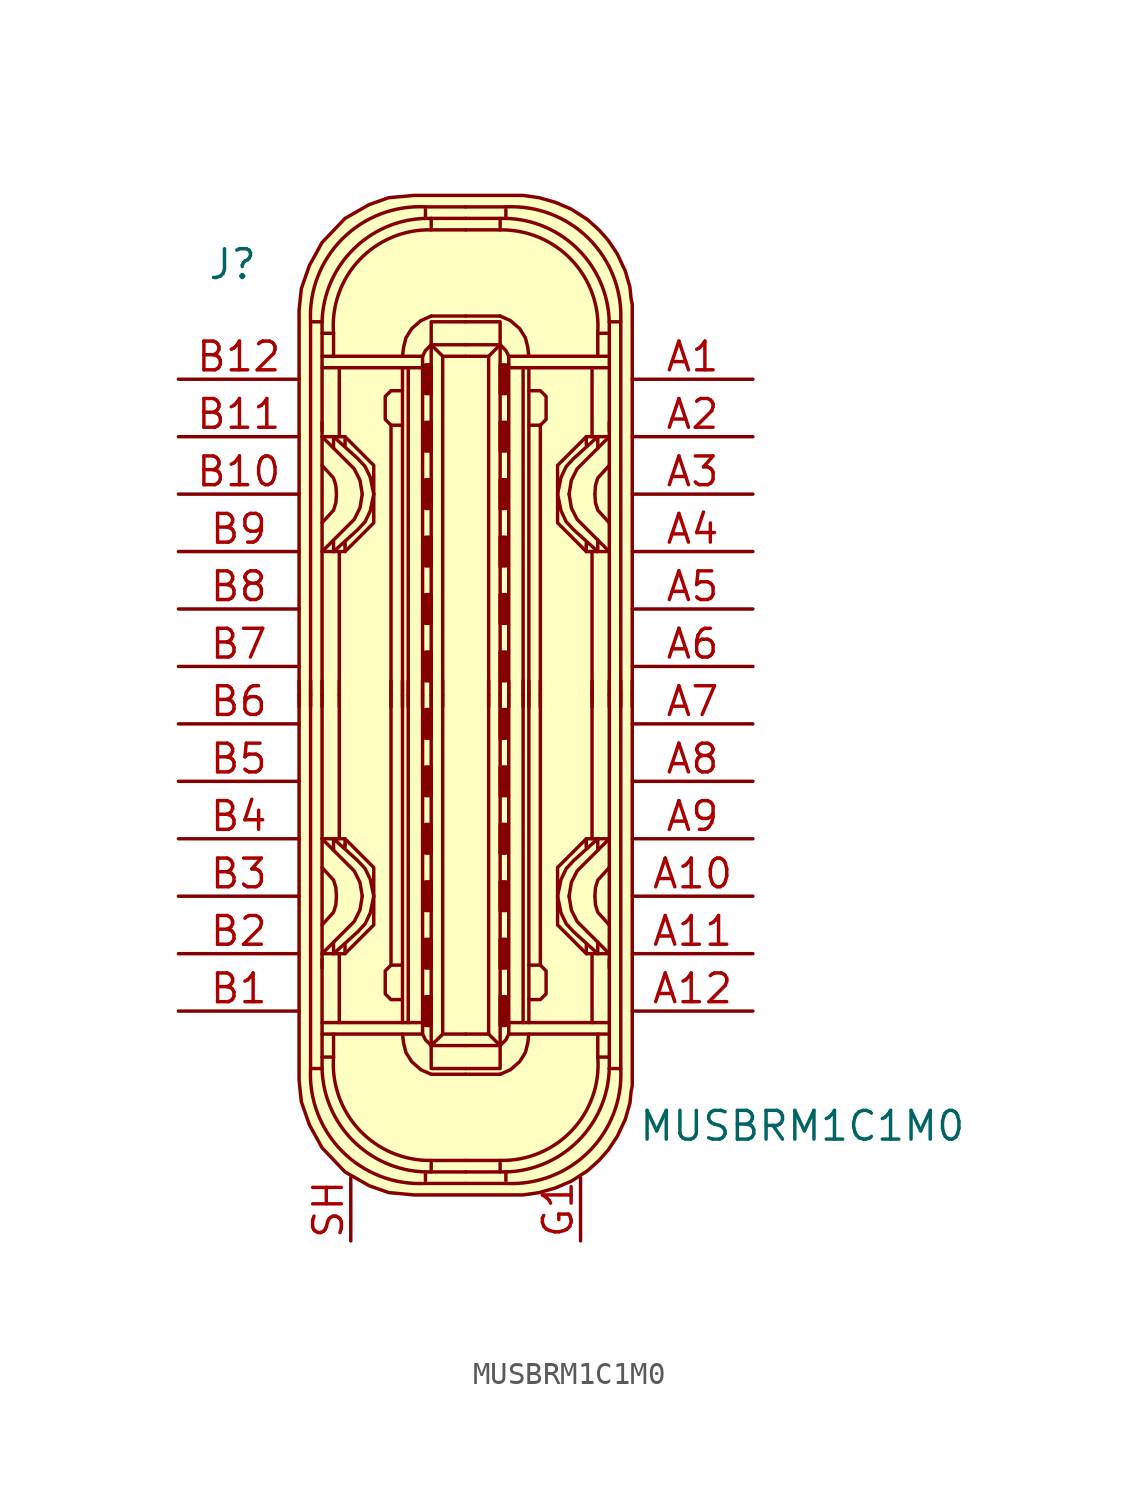
<source format=kicad_sym>
(kicad_symbol_lib
  (version 20201005)
  (generator kicad_symbol_editor)
  (symbol "MUSBRM1C1M0"
    (pin_names
      (offset 1.016))
    (property "Reference" "J"
      (at -11.43 19.05 0)
      (effects (font (size 1.27 1.27)) (justify left)))
    (property "Value" "MUSBRM1C1M0"
      (at 7.62 -19.05 0)
      (effects (font (size 1.27 1.27)) (justify left)))
    (symbol "MUSBRM1C1M0_1_1"
      (arc (start -1.778 -21.59) (end -6.858 -16.51) (radius (at -2.032 -16.764) (length 4.826) (angles -87 177)) (stroke (width 0)) (fill (type none)))
      (arc (start -6.858 16.51) (end -1.778 21.59) (radius (at -2.032 16.764) (length 4.826) (angles -177 87)) (stroke (width 0)) (fill (type none)))
      (arc (start -6.35 -16.51) (end -1.778 -21.082) (radius (at -1.651 -16.383) (length 4.699) (angles -178.5 -91.5)) (stroke (width 0)) (fill (type none)))
      (arc (start -1.778 21.082) (end -6.35 16.51) (radius (at -1.651 16.383) (length 4.699) (angles 91.5 178.5)) (stroke (width 0)) (fill (type none)))
      (arc (start -5.842 -16.002) (end -1.524 -20.574) (radius (at -1.6002 -16.3322) (length 4.2672) (angles 175.5 -89)) (stroke (width 0)) (fill (type none)))
      (arc (start -1.524 20.574) (end -5.842 16.002) (radius (at -1.6002 16.3322) (length 4.2672) (angles 89 -175.5)) (stroke (width 0)) (fill (type none)))
      (arc (start 1.524 -20.574) (end 5.842 -16.002) (radius (at 1.6002 -16.3322) (length 4.2672) (angles -91 4.5)) (stroke (width 0)) (fill (type none)))
      (arc (start 5.842 16.002) (end 1.524 20.574) (radius (at 1.6002 16.3322) (length 4.2672) (angles -4.5 91)) (stroke (width 0)) (fill (type none)))
      (arc (start 1.778 -21.082) (end 6.35 -16.51) (radius (at 1.651 -16.383) (length 4.699) (angles -88.5 -1.5)) (stroke (width 0)) (fill (type none)))
      (arc (start 6.35 16.51) (end 1.778 21.082) (radius (at 1.651 16.383) (length 4.699) (angles 1.5 88.5)) (stroke (width 0)) (fill (type none)))
      (arc (start 6.858 -16.51) (end 1.778 -21.59) (radius (at 2.032 -16.764) (length 4.826) (angles 3 -93)) (stroke (width 0)) (fill (type none)))
      (arc (start 1.778 21.59) (end 6.858 16.51) (radius (at 2.032 16.764) (length 4.826) (angles 93 -3)) (stroke (width 0)) (fill (type none)))
      (rectangle (start -1.778 -14.605) (end -1.524 -13.335) (stroke (width 0)) (fill (type outline)))
      (rectangle (start -1.778 -12.065) (end -1.524 -10.795) (stroke (width 0)) (fill (type outline)))
      (rectangle (start -1.778 -9.525) (end -1.524 -8.255) (stroke (width 0)) (fill (type outline)))
      (rectangle (start -1.778 -6.985) (end -1.524 -5.715) (stroke (width 0)) (fill (type outline)))
      (rectangle (start -1.778 -4.445) (end -1.524 -3.175) (stroke (width 0)) (fill (type outline)))
      (rectangle (start -1.778 -1.905) (end -1.524 -0.635) (stroke (width 0)) (fill (type outline)))
      (rectangle (start -1.778 1.905) (end -1.524 0.635) (stroke (width 0)) (fill (type outline)))
      (rectangle (start -1.778 4.445) (end -1.524 3.175) (stroke (width 0)) (fill (type outline)))
      (rectangle (start -1.778 6.985) (end -1.524 5.715) (stroke (width 0)) (fill (type outline)))
      (rectangle (start -1.778 9.525) (end -1.524 8.255) (stroke (width 0)) (fill (type outline)))
      (rectangle (start -1.778 12.065) (end -1.524 10.795) (stroke (width 0)) (fill (type outline)))
      (rectangle (start -1.778 14.605) (end -1.524 13.335) (stroke (width 0)) (fill (type outline)))
      (rectangle (start 1.778 -14.605) (end 1.524 -13.335) (stroke (width 0)) (fill (type outline)))
      (rectangle (start 1.778 -12.065) (end 1.524 -10.795) (stroke (width 0)) (fill (type outline)))
      (rectangle (start 1.778 -9.525) (end 1.524 -8.255) (stroke (width 0)) (fill (type outline)))
      (rectangle (start 1.778 -6.985) (end 1.524 -5.715) (stroke (width 0)) (fill (type outline)))
      (rectangle (start 1.778 -4.445) (end 1.524 -3.175) (stroke (width 0)) (fill (type outline)))
      (rectangle (start 1.778 -1.905) (end 1.524 -0.635) (stroke (width 0)) (fill (type outline)))
      (rectangle (start 1.778 1.905) (end 1.524 0.635) (stroke (width 0)) (fill (type outline)))
      (rectangle (start 1.778 4.445) (end 1.524 3.175) (stroke (width 0)) (fill (type outline)))
      (rectangle (start 1.778 6.985) (end 1.524 5.715) (stroke (width 0)) (fill (type outline)))
      (rectangle (start 1.778 9.525) (end 1.524 8.255) (stroke (width 0)) (fill (type outline)))
      (rectangle (start 1.778 12.065) (end 1.524 10.795) (stroke (width 0)) (fill (type outline)))
      (rectangle (start 1.778 14.605) (end 1.524 13.335) (stroke (width 0)) (fill (type outline)))
      (polyline (pts (xy -7.366 -0.508) (xy -7.366 0.635)) (stroke (width 0)) (fill (type none)))
      (polyline (pts (xy -6.858 -0.508) (xy -6.858 0.635)) (stroke (width 0)) (fill (type none)))
      (polyline (pts (xy -6.35 -14.986) (xy -1.905 -14.986)) (stroke (width 0)) (fill (type none)))
      (polyline (pts (xy -6.35 -12.065) (xy -6.35 0)) (stroke (width 0)) (fill (type none)))
      (polyline (pts (xy -6.35 -0.508) (xy -6.35 0.635)) (stroke (width 0)) (fill (type none)))
      (polyline (pts (xy -6.35 12.065) (xy -6.35 0)) (stroke (width 0)) (fill (type none)))
      (polyline (pts (xy -6.35 14.986) (xy -1.905 14.986)) (stroke (width 0)) (fill (type none)))
      (polyline (pts (xy -5.842 -11.43) (xy -5.842 -10.922)) (stroke (width 0)) (fill (type none)))
      (polyline (pts (xy -5.842 -6.35) (xy -5.842 -6.858)) (stroke (width 0)) (fill (type none)))
      (polyline (pts (xy -5.842 6.35) (xy -5.842 6.858)) (stroke (width 0)) (fill (type none)))
      (polyline (pts (xy -5.842 11.43) (xy -5.842 10.922)) (stroke (width 0)) (fill (type none)))
      (polyline (pts (xy -5.588 -14.478) (xy -5.588 -11.43)) (stroke (width 0)) (fill (type none)))
      (polyline (pts (xy -5.588 -6.35) (xy -5.588 0)) (stroke (width 0)) (fill (type none)))
      (polyline (pts (xy -5.588 -0.508) (xy -5.588 0.635)) (stroke (width 0)) (fill (type none)))
      (polyline (pts (xy -5.588 6.35) (xy -5.588 0)) (stroke (width 0)) (fill (type none)))
      (polyline (pts (xy -5.588 14.478) (xy -5.588 11.43)) (stroke (width 0)) (fill (type none)))
      (polyline (pts (xy -5.334 -11.43) (xy -5.334 -11.049)) (stroke (width 0)) (fill (type none)))
      (polyline (pts (xy -5.334 -6.604) (xy -5.334 -6.731)) (stroke (width 0)) (fill (type none)))
      (polyline (pts (xy -5.334 -6.35) (xy -5.334 -6.604)) (stroke (width 0)) (fill (type none)))
      (polyline (pts (xy -5.334 6.35) (xy -5.334 6.604)) (stroke (width 0)) (fill (type none)))
      (polyline (pts (xy -5.334 6.604) (xy -5.334 6.731)) (stroke (width 0)) (fill (type none)))
      (polyline (pts (xy -5.334 11.43) (xy -5.334 11.049)) (stroke (width 0)) (fill (type none)))
      (polyline (pts (xy -3.302 -0.508) (xy -3.302 0.635)) (stroke (width 0)) (fill (type none)))
      (polyline (pts (xy -3.302 0) (xy -3.302 -11.938)) (stroke (width 0)) (fill (type none)))
      (polyline (pts (xy -3.302 0) (xy -3.302 11.938)) (stroke (width 0)) (fill (type none)))
      (polyline (pts (xy -2.794 -0.508) (xy -2.794 0.635)) (stroke (width 0)) (fill (type none)))
      (polyline (pts (xy -2.794 0) (xy -2.794 -14.478)) (stroke (width 0)) (fill (type none)))
      (polyline (pts (xy -2.794 0) (xy -2.794 14.478)) (stroke (width 0)) (fill (type none)))
      (polyline (pts (xy -2.54 -14.478) (xy -2.54 0)) (stroke (width 0)) (fill (type none)))
      (polyline (pts (xy -2.54 -0.508) (xy -2.54 0.635)) (stroke (width 0)) (fill (type none)))
      (polyline (pts (xy -2.54 14.478) (xy -2.54 0)) (stroke (width 0)) (fill (type none)))
      (polyline (pts (xy -1.905 -14.478) (xy -6.35 -14.478)) (stroke (width 0)) (fill (type none)))
      (polyline (pts (xy -1.905 -0.508) (xy -1.905 0.635)) (stroke (width 0)) (fill (type none)))
      (polyline (pts (xy -1.905 0) (xy -1.905 -14.605)) (stroke (width 0)) (fill (type none)))
      (polyline (pts (xy -1.905 0) (xy -1.905 14.605)) (stroke (width 0)) (fill (type none)))
      (polyline (pts (xy -1.905 14.478) (xy -6.35 14.478)) (stroke (width 0)) (fill (type none)))
      (polyline (pts (xy -1.778 -21.59) (xy 0 -21.59)) (stroke (width 0)) (fill (type background)))
      (polyline (pts (xy -1.778 -21.082) (xy -1.778 -21.463)) (stroke (width 0)) (fill (type none)))
      (polyline (pts (xy -1.778 -21.082) (xy 0 -21.082)) (stroke (width 0)) (fill (type none)))
      (polyline (pts (xy -1.778 21.082) (xy -1.778 21.463)) (stroke (width 0)) (fill (type none)))
      (polyline (pts (xy -1.778 21.082) (xy 0 21.082)) (stroke (width 0)) (fill (type none)))
      (polyline (pts (xy -1.778 21.59) (xy 0 21.59)) (stroke (width 0)) (fill (type background)))
      (polyline (pts (xy -1.524 -20.701) (xy -1.524 -21.082)) (stroke (width 0)) (fill (type none)))
      (polyline (pts (xy -1.524 -20.574) (xy 0 -20.574)) (stroke (width 0)) (fill (type none)))
      (polyline (pts (xy -1.524 -0.508) (xy -1.524 0.635)) (stroke (width 0)) (fill (type none)))
      (polyline (pts (xy -1.524 20.574) (xy 0 20.574)) (stroke (width 0)) (fill (type none)))
      (polyline (pts (xy -1.524 20.701) (xy -1.524 21.082)) (stroke (width 0)) (fill (type none)))
      (polyline (pts (xy -1.016 -14.986) (xy -1.524 -15.494)) (stroke (width 0)) (fill (type none)))
      (polyline (pts (xy -1.016 -0.508) (xy -1.016 0.635)) (stroke (width 0)) (fill (type none)))
      (polyline (pts (xy -1.016 14.986) (xy -1.524 15.494)) (stroke (width 0)) (fill (type none)))
      (polyline (pts (xy 0 -16.764) (xy -1.524 -16.764)) (stroke (width 0)) (fill (type none)))
      (polyline (pts (xy 0 -16.764) (xy 1.524 -16.764)) (stroke (width 0)) (fill (type none)))
      (polyline (pts (xy 0 16.764) (xy -1.524 16.764)) (stroke (width 0)) (fill (type none)))
      (polyline (pts (xy 0 16.764) (xy 1.524 16.764)) (stroke (width 0)) (fill (type none)))
      (polyline (pts (xy 1.016 -14.986) (xy 1.524 -15.494)) (stroke (width 0)) (fill (type none)))
      (polyline (pts (xy 1.016 -0.508) (xy 1.016 0.635)) (stroke (width 0)) (fill (type none)))
      (polyline (pts (xy 1.016 14.986) (xy 1.524 15.494)) (stroke (width 0)) (fill (type none)))
      (polyline (pts (xy 1.524 -20.701) (xy 1.524 -21.082)) (stroke (width 0)) (fill (type none)))
      (polyline (pts (xy 1.524 -20.574) (xy 0 -20.574)) (stroke (width 0)) (fill (type none)))
      (polyline (pts (xy 1.524 -0.508) (xy 1.524 0.635)) (stroke (width 0)) (fill (type none)))
      (polyline (pts (xy 1.524 20.574) (xy 0 20.574)) (stroke (width 0)) (fill (type none)))
      (polyline (pts (xy 1.524 20.701) (xy 1.524 21.082)) (stroke (width 0)) (fill (type none)))
      (polyline (pts (xy 1.778 -21.59) (xy 0 -21.59)) (stroke (width 0)) (fill (type background)))
      (polyline (pts (xy 1.778 -21.082) (xy 0 -21.082)) (stroke (width 0)) (fill (type none)))
      (polyline (pts (xy 1.778 -21.082) (xy 1.778 -21.463)) (stroke (width 0)) (fill (type none)))
      (polyline (pts (xy 1.778 21.082) (xy 0 21.082)) (stroke (width 0)) (fill (type none)))
      (polyline (pts (xy 1.778 21.082) (xy 1.778 21.463)) (stroke (width 0)) (fill (type none)))
      (polyline (pts (xy 1.778 21.59) (xy 0 21.59)) (stroke (width 0)) (fill (type background)))
      (polyline (pts (xy 1.905 -14.478) (xy 6.35 -14.478)) (stroke (width 0)) (fill (type none)))
      (polyline (pts (xy 1.905 -0.508) (xy 1.905 0.635)) (stroke (width 0)) (fill (type none)))
      (polyline (pts (xy 1.905 0) (xy 1.905 -14.605)) (stroke (width 0)) (fill (type none)))
      (polyline (pts (xy 1.905 0) (xy 1.905 14.605)) (stroke (width 0)) (fill (type none)))
      (polyline (pts (xy 1.905 14.478) (xy 6.35 14.478)) (stroke (width 0)) (fill (type none)))
      (polyline (pts (xy 2.54 -14.478) (xy 2.54 0)) (stroke (width 0)) (fill (type none)))
      (polyline (pts (xy 2.54 -0.508) (xy 2.54 0.635)) (stroke (width 0)) (fill (type none)))
      (polyline (pts (xy 2.54 14.478) (xy 2.54 0)) (stroke (width 0)) (fill (type none)))
      (polyline (pts (xy 2.794 -0.508) (xy 2.794 0.635)) (stroke (width 0)) (fill (type none)))
      (polyline (pts (xy 2.794 0) (xy 2.794 -14.478)) (stroke (width 0)) (fill (type none)))
      (polyline (pts (xy 2.794 0) (xy 2.794 14.478)) (stroke (width 0)) (fill (type none)))
      (polyline (pts (xy 3.302 -0.508) (xy 3.302 0.635)) (stroke (width 0)) (fill (type none)))
      (polyline (pts (xy 3.302 0) (xy 3.302 -11.938)) (stroke (width 0)) (fill (type none)))
      (polyline (pts (xy 3.302 0) (xy 3.302 11.938)) (stroke (width 0)) (fill (type none)))
      (polyline (pts (xy 5.334 -11.43) (xy 5.334 -11.049)) (stroke (width 0)) (fill (type none)))
      (polyline (pts (xy 5.334 -6.604) (xy 5.334 -6.731)) (stroke (width 0)) (fill (type none)))
      (polyline (pts (xy 5.334 -6.35) (xy 5.334 -6.604)) (stroke (width 0)) (fill (type none)))
      (polyline (pts (xy 5.334 6.35) (xy 5.334 6.604)) (stroke (width 0)) (fill (type none)))
      (polyline (pts (xy 5.334 6.604) (xy 5.334 6.731)) (stroke (width 0)) (fill (type none)))
      (polyline (pts (xy 5.334 11.43) (xy 5.334 11.049)) (stroke (width 0)) (fill (type none)))
      (polyline (pts (xy 5.588 -14.478) (xy 5.588 -11.43)) (stroke (width 0)) (fill (type none)))
      (polyline (pts (xy 5.588 -6.35) (xy 5.588 0)) (stroke (width 0)) (fill (type none)))
      (polyline (pts (xy 5.588 -0.508) (xy 5.588 0.635)) (stroke (width 0)) (fill (type none)))
      (polyline (pts (xy 5.588 6.35) (xy 5.588 0)) (stroke (width 0)) (fill (type none)))
      (polyline (pts (xy 5.588 14.478) (xy 5.588 11.43)) (stroke (width 0)) (fill (type none)))
      (polyline (pts (xy 5.842 -11.43) (xy 5.842 -10.922)) (stroke (width 0)) (fill (type none)))
      (polyline (pts (xy 5.842 -6.35) (xy 5.842 -6.858)) (stroke (width 0)) (fill (type none)))
      (polyline (pts (xy 5.842 6.35) (xy 5.842 6.858)) (stroke (width 0)) (fill (type none)))
      (polyline (pts (xy 5.842 11.43) (xy 5.842 10.922)) (stroke (width 0)) (fill (type none)))
      (polyline (pts (xy 6.35 -14.986) (xy 1.905 -14.986)) (stroke (width 0)) (fill (type none)))
      (polyline (pts (xy 6.35 -12.065) (xy 6.35 0)) (stroke (width 0)) (fill (type none)))
      (polyline (pts (xy 6.35 -0.508) (xy 6.35 0.635)) (stroke (width 0)) (fill (type none)))
      (polyline (pts (xy 6.35 12.065) (xy 6.35 0)) (stroke (width 0)) (fill (type none)))
      (polyline (pts (xy 6.35 14.986) (xy 1.905 14.986)) (stroke (width 0)) (fill (type none)))
      (polyline (pts (xy 6.858 -0.508) (xy 6.858 0.635)) (stroke (width 0)) (fill (type none)))
      (polyline (pts (xy 7.366 -0.508) (xy 7.366 0.635)) (stroke (width 0)) (fill (type none)))
      (polyline (pts (xy -6.35 -16.51) (xy -6.858 -16.51) (xy -6.858 0)) (stroke (width 0)) (fill (type none)))
      (polyline (pts (xy -6.35 -11.684) (xy -6.35 -15.875) (xy -6.35 -16.51)) (stroke (width 0)) (fill (type none)))
      (polyline (pts (xy -6.35 11.684) (xy -6.35 15.875) (xy -6.35 16.51)) (stroke (width 0)) (fill (type none)))
      (polyline (pts (xy -6.35 16.51) (xy -6.858 16.51) (xy -6.858 0)) (stroke (width 0)) (fill (type none)))
      (polyline (pts (xy -5.842 -14.986) (xy -5.842 -16.002) (xy -6.35 -16.002)) (stroke (width 0)) (fill (type none)))
      (polyline (pts (xy -5.842 14.986) (xy -5.842 16.002) (xy -6.35 16.002)) (stroke (width 0)) (fill (type none)))
      (polyline (pts (xy -1.524 0) (xy -1.524 -15.494) (xy 0 -15.494)) (stroke (width 0)) (fill (type none)))
      (polyline (pts (xy -1.524 0) (xy -1.524 15.494) (xy 0 15.494)) (stroke (width 0)) (fill (type none)))
      (polyline (pts (xy -1.016 0) (xy -1.016 -14.986) (xy 0 -14.986)) (stroke (width 0)) (fill (type none)))
      (polyline (pts (xy -1.016 0) (xy -1.016 14.986) (xy 0 14.986)) (stroke (width 0)) (fill (type none)))
      (polyline (pts (xy 1.016 0) (xy 1.016 -14.986) (xy 0 -14.986)) (stroke (width 0)) (fill (type none)))
      (polyline (pts (xy 1.016 0) (xy 1.016 14.986) (xy 0 14.986)) (stroke (width 0)) (fill (type none)))
      (polyline (pts (xy 1.524 0) (xy 1.524 -15.494) (xy 0 -15.494)) (stroke (width 0)) (fill (type none)))
      (polyline (pts (xy 1.524 0) (xy 1.524 15.494) (xy 0 15.494)) (stroke (width 0)) (fill (type none)))
      (polyline (pts (xy 5.842 -14.986) (xy 5.842 -16.002) (xy 6.35 -16.002)) (stroke (width 0)) (fill (type none)))
      (polyline (pts (xy 5.842 14.986) (xy 5.842 16.002) (xy 6.35 16.002)) (stroke (width 0)) (fill (type none)))
      (polyline (pts (xy 6.35 -16.51) (xy 6.858 -16.51) (xy 6.858 0)) (stroke (width 0)) (fill (type none)))
      (polyline (pts (xy 6.35 -11.684) (xy 6.35 -15.875) (xy 6.35 -16.51)) (stroke (width 0)) (fill (type none)))
      (polyline (pts (xy 6.35 11.684) (xy 6.35 15.875) (xy 6.35 16.51)) (stroke (width 0)) (fill (type none)))
      (polyline (pts (xy 6.35 16.51) (xy 6.858 16.51) (xy 6.858 0)) (stroke (width 0)) (fill (type none)))
      (polyline (pts (xy -6.35 -11.43) (xy -4.928 -10.008) (xy -4.674 -9.5) (xy -4.572 -8.89)) (stroke (width 0)) (fill (type none)))
      (polyline (pts (xy -6.35 -10.16) (xy -5.842 -9.601) (xy -5.74 -9.271) (xy -5.715 -8.915)) (stroke (width 0)) (fill (type none)))
      (polyline (pts (xy -6.35 -7.62) (xy -5.842 -8.179) (xy -5.74 -8.509) (xy -5.715 -8.865)) (stroke (width 0)) (fill (type none)))
      (polyline (pts (xy -6.35 -6.35) (xy -4.928 -7.772) (xy -4.674 -8.28) (xy -4.572 -8.89)) (stroke (width 0)) (fill (type none)))
      (polyline (pts (xy -6.35 6.35) (xy -4.928 7.772) (xy -4.674 8.28) (xy -4.572 8.89)) (stroke (width 0)) (fill (type none)))
      (polyline (pts (xy -6.35 7.62) (xy -5.842 8.179) (xy -5.74 8.509) (xy -5.715 8.865)) (stroke (width 0)) (fill (type none)))
      (polyline (pts (xy -6.35 10.16) (xy -5.842 9.601) (xy -5.74 9.271) (xy -5.715 8.915)) (stroke (width 0)) (fill (type none)))
      (polyline (pts (xy -6.35 11.43) (xy -4.928 10.008) (xy -4.674 9.5) (xy -4.572 8.89)) (stroke (width 0)) (fill (type none)))
      (polyline (pts (xy -1.905 -14.605) (xy -1.905 -14.986) (xy -1.778 -15.24) (xy -1.524 -15.494)) (stroke (width 0)) (fill (type none)))
      (polyline (pts (xy -1.905 14.605) (xy -1.905 14.986) (xy -1.778 15.24) (xy -1.524 15.494)) (stroke (width 0)) (fill (type none)))
      (polyline (pts (xy 0 -16.51) (xy -1.397 -16.51) (xy -1.524 -16.51) (xy -1.524 -15.494)) (stroke (width 0)) (fill (type none)))
      (polyline (pts (xy 0 -16.51) (xy 1.397 -16.51) (xy 1.524 -16.51) (xy 1.524 -15.494)) (stroke (width 0)) (fill (type none)))
      (polyline (pts (xy 0 16.51) (xy -1.397 16.51) (xy -1.524 16.51) (xy -1.524 15.494)) (stroke (width 0)) (fill (type none)))
      (polyline (pts (xy 0 16.51) (xy 1.397 16.51) (xy 1.524 16.51) (xy 1.524 15.494)) (stroke (width 0)) (fill (type none)))
      (polyline (pts (xy 1.905 -14.605) (xy 1.905 -14.986) (xy 1.778 -15.24) (xy 1.524 -15.494)) (stroke (width 0)) (fill (type none)))
      (polyline (pts (xy 1.905 14.605) (xy 1.905 14.986) (xy 1.778 15.24) (xy 1.524 15.494)) (stroke (width 0)) (fill (type none)))
      (polyline (pts (xy 6.35 -11.43) (xy 4.928 -10.008) (xy 4.674 -9.5) (xy 4.572 -8.89)) (stroke (width 0)) (fill (type none)))
      (polyline (pts (xy 6.35 -10.16) (xy 5.842 -9.601) (xy 5.74 -9.271) (xy 5.715 -8.915)) (stroke (width 0)) (fill (type none)))
      (polyline (pts (xy 6.35 -7.62) (xy 5.842 -8.179) (xy 5.74 -8.509) (xy 5.715 -8.865)) (stroke (width 0)) (fill (type none)))
      (polyline (pts (xy 6.35 -6.35) (xy 4.928 -7.772) (xy 4.674 -8.28) (xy 4.572 -8.89)) (stroke (width 0)) (fill (type none)))
      (polyline (pts (xy 6.35 6.35) (xy 4.928 7.772) (xy 4.674 8.28) (xy 4.572 8.89)) (stroke (width 0)) (fill (type none)))
      (polyline (pts (xy 6.35 7.62) (xy 5.842 8.179) (xy 5.74 8.509) (xy 5.715 8.865)) (stroke (width 0)) (fill (type none)))
      (polyline (pts (xy 6.35 10.16) (xy 5.842 9.601) (xy 5.74 9.271) (xy 5.715 8.915)) (stroke (width 0)) (fill (type none)))
      (polyline (pts (xy 6.35 11.43) (xy 4.928 10.008) (xy 4.674 9.5) (xy 4.572 8.89)) (stroke (width 0)) (fill (type none)))
      (polyline (pts (xy -5.842 -11.43) (xy -4.775 -10.465) (xy -4.445 -10.109) (xy -4.216 -9.627) (xy -4.064 -8.89)) (stroke (width 0)) (fill (type none)))
      (polyline (pts (xy -5.842 -6.35) (xy -4.775 -7.315) (xy -4.445 -7.671) (xy -4.216 -8.153) (xy -4.064 -8.89)) (stroke (width 0)) (fill (type none)))
      (polyline (pts (xy -5.842 6.35) (xy -4.775 7.315) (xy -4.445 7.671) (xy -4.216 8.153) (xy -4.064 8.89)) (stroke (width 0)) (fill (type none)))
      (polyline (pts (xy -5.842 11.43) (xy -4.775 10.465) (xy -4.445 10.109) (xy -4.216 9.627) (xy -4.064 8.89)) (stroke (width 0)) (fill (type none)))
      (polyline (pts (xy 5.842 -11.43) (xy 4.775 -10.465) (xy 4.445 -10.109) (xy 4.216 -9.627) (xy 4.064 -8.89)) (stroke (width 0)) (fill (type none)))
      (polyline (pts (xy 5.842 -6.35) (xy 4.775 -7.315) (xy 4.445 -7.671) (xy 4.216 -8.153) (xy 4.064 -8.89)) (stroke (width 0)) (fill (type none)))
      (polyline (pts (xy 5.842 6.35) (xy 4.775 7.315) (xy 4.445 7.671) (xy 4.216 8.153) (xy 4.064 8.89)) (stroke (width 0)) (fill (type none)))
      (polyline (pts (xy 5.842 11.43) (xy 4.775 10.465) (xy 4.445 10.109) (xy 4.216 9.627) (xy 4.064 8.89)) (stroke (width 0)) (fill (type none)))
      (polyline (pts (xy -6.35 -11.43) (xy -5.334 -11.43) (xy -4.064 -10.16) (xy -4.064 -7.62) (xy -5.334 -6.35) (xy -6.35 -6.35)) (stroke (width 0)) (fill (type none)))
      (polyline (pts (xy -6.35 11.43) (xy -5.334 11.43) (xy -4.064 10.16) (xy -4.064 7.62) (xy -5.334 6.35) (xy -6.35 6.35)) (stroke (width 0)) (fill (type none)))
      (polyline (pts (xy -2.794 -14.986) (xy -2.743 -15.392) (xy -2.642 -15.799) (xy -2.388 -16.205) (xy -1.981 -16.561) (xy -1.524 -16.764)) (stroke (width 0)) (fill (type none)))
      (polyline (pts (xy -2.794 -13.462) (xy -3.302 -13.462) (xy -3.556 -13.208) (xy -3.556 -12.192) (xy -3.302 -11.938) (xy -2.794 -11.938)) (stroke (width 0)) (fill (type none)))
      (polyline (pts (xy -2.794 13.462) (xy -3.302 13.462) (xy -3.556 13.208) (xy -3.556 12.192) (xy -3.302 11.938) (xy -2.794 11.938)) (stroke (width 0)) (fill (type none)))
      (polyline (pts (xy -2.794 14.986) (xy -2.743 15.392) (xy -2.642 15.799) (xy -2.388 16.205) (xy -1.981 16.561) (xy -1.524 16.764)) (stroke (width 0)) (fill (type none)))
      (polyline (pts (xy 2.794 -14.986) (xy 2.743 -15.392) (xy 2.642 -15.799) (xy 2.388 -16.205) (xy 1.981 -16.561) (xy 1.524 -16.764)) (stroke (width 0)) (fill (type none)))
      (polyline (pts (xy 2.794 -13.462) (xy 3.302 -13.462) (xy 3.556 -13.208) (xy 3.556 -12.192) (xy 3.302 -11.938) (xy 2.794 -11.938)) (stroke (width 0)) (fill (type none)))
      (polyline (pts (xy 2.794 13.462) (xy 3.302 13.462) (xy 3.556 13.208) (xy 3.556 12.192) (xy 3.302 11.938) (xy 2.794 11.938)) (stroke (width 0)) (fill (type none)))
      (polyline (pts (xy 2.794 14.986) (xy 2.743 15.392) (xy 2.642 15.799) (xy 2.388 16.205) (xy 1.981 16.561) (xy 1.524 16.764)) (stroke (width 0)) (fill (type none)))
      (polyline (pts (xy 6.35 -11.43) (xy 5.334 -11.43) (xy 4.064 -10.16) (xy 4.064 -7.62) (xy 5.334 -6.35) (xy 6.35 -6.35)) (stroke (width 0)) (fill (type none)))
      (polyline (pts (xy 6.35 11.43) (xy 5.334 11.43) (xy 4.064 10.16) (xy 4.064 7.62) (xy 5.334 6.35) (xy 6.35 6.35)) (stroke (width 0)) (fill (type none)))
      (polyline (pts (xy 7.366 0) (xy 7.366 -17.018) (xy 7.366 -17.272) (xy 7.315 -17.526) (xy 7.264 -18.034) (xy 7.061 -18.745) (xy 6.706 -19.507) (xy 6.299 -20.117) (xy 5.893 -20.574) (xy 5.385 -21.031) (xy 4.674 -21.488) (xy 3.962 -21.793) (xy 3.251 -21.996) (xy 2.54 -22.098) (xy -2.286 -22.098) (xy -3.404 -21.996) (xy -4.267 -21.692) (xy -5.334 -21.082) (xy -6.35 -20.015) (xy -6.909 -18.999) (xy -7.264 -17.983) (xy -7.315 -17.526) (xy -7.366 -17.018) (xy -7.366 0)) (stroke (width 0)) (fill (type background)))
      (polyline (pts (xy 7.366 0) (xy 7.366 17.018) (xy 7.366 17.272) (xy 7.315 17.526) (xy 7.264 18.034) (xy 7.061 18.745) (xy 6.706 19.507) (xy 6.299 20.117) (xy 5.893 20.574) (xy 5.385 21.031) (xy 4.674 21.488) (xy 3.962 21.793) (xy 3.251 21.996) (xy 2.54 22.098) (xy -2.286 22.098) (xy -3.404 21.996) (xy -4.267 21.692) (xy -5.334 21.082) (xy -6.35 20.015) (xy -6.909 18.999) (xy -7.264 17.983) (xy -7.315 17.526) (xy -7.366 17.018) (xy -7.366 0)) (stroke (width 0)) (fill (type background)))
      (pin passive line (at 12.7 13.97 180) (length 5.334) (name "~" (effects (font (size 1.27 1.27)))) (number "A1" (effects (font (size 1.27 1.27)))))
      (pin passive line (at 12.7 -8.89 180) (length 5.334) (name "~" (effects (font (size 1.27 1.27)))) (number "A10" (effects (font (size 1.27 1.27)))))
      (pin passive line (at 12.7 -11.43 180) (length 5.334) (name "~" (effects (font (size 1.27 1.27)))) (number "A11" (effects (font (size 1.27 1.27)))))
      (pin passive line (at 12.7 -13.97 180) (length 5.334) (name "~" (effects (font (size 1.27 1.27)))) (number "A12" (effects (font (size 1.27 1.27)))))
      (pin passive line (at 12.7 11.43 180) (length 5.334) (name "~" (effects (font (size 1.27 1.27)))) (number "A2" (effects (font (size 1.27 1.27)))))
      (pin passive line (at 12.7 8.89 180) (length 5.334) (name "~" (effects (font (size 1.27 1.27)))) (number "A3" (effects (font (size 1.27 1.27)))))
      (pin passive line (at 12.7 6.35 180) (length 5.334) (name "~" (effects (font (size 1.27 1.27)))) (number "A4" (effects (font (size 1.27 1.27)))))
      (pin passive line (at 12.7 3.81 180) (length 5.334) (name "~" (effects (font (size 1.27 1.27)))) (number "A5" (effects (font (size 1.27 1.27)))))
      (pin passive line (at 12.7 1.27 180) (length 5.334) (name "~" (effects (font (size 1.27 1.27)))) (number "A6" (effects (font (size 1.27 1.27)))))
      (pin passive line (at 12.7 -1.27 180) (length 5.334) (name "~" (effects (font (size 1.27 1.27)))) (number "A7" (effects (font (size 1.27 1.27)))))
      (pin passive line (at 12.7 -3.81 180) (length 5.334) (name "~" (effects (font (size 1.27 1.27)))) (number "A8" (effects (font (size 1.27 1.27)))))
      (pin passive line (at 12.7 -6.35 180) (length 5.334) (name "~" (effects (font (size 1.27 1.27)))) (number "A9" (effects (font (size 1.27 1.27)))))
      (pin passive line (at -12.7 -13.97 0) (length 5.334) (name "~" (effects (font (size 1.27 1.27)))) (number "B1" (effects (font (size 1.27 1.27)))))
      (pin passive line (at -12.7 8.89 0) (length 5.334) (name "~" (effects (font (size 1.27 1.27)))) (number "B10" (effects (font (size 1.27 1.27)))))
      (pin passive line (at -12.7 11.43 0) (length 5.334) (name "~" (effects (font (size 1.27 1.27)))) (number "B11" (effects (font (size 1.27 1.27)))))
      (pin passive line (at -12.7 13.97 0) (length 5.334) (name "~" (effects (font (size 1.27 1.27)))) (number "B12" (effects (font (size 1.27 1.27)))))
      (pin passive line (at -12.7 -11.43 0) (length 5.334) (name "~" (effects (font (size 1.27 1.27)))) (number "B2" (effects (font (size 1.27 1.27)))))
      (pin passive line (at -12.7 -8.89 0) (length 5.334) (name "~" (effects (font (size 1.27 1.27)))) (number "B3" (effects (font (size 1.27 1.27)))))
      (pin passive line (at -12.7 -6.35 0) (length 5.334) (name "~" (effects (font (size 1.27 1.27)))) (number "B4" (effects (font (size 1.27 1.27)))))
      (pin passive line (at -12.7 -3.81 0) (length 5.334) (name "~" (effects (font (size 1.27 1.27)))) (number "B5" (effects (font (size 1.27 1.27)))))
      (pin passive line (at -12.7 -1.27 0) (length 5.334) (name "~" (effects (font (size 1.27 1.27)))) (number "B6" (effects (font (size 1.27 1.27)))))
      (pin passive line (at -12.7 1.27 0) (length 5.334) (name "~" (effects (font (size 1.27 1.27)))) (number "B7" (effects (font (size 1.27 1.27)))))
      (pin passive line (at -12.7 3.81 0) (length 5.334) (name "~" (effects (font (size 1.27 1.27)))) (number "B8" (effects (font (size 1.27 1.27)))))
      (pin passive line (at -12.7 6.35 0) (length 5.334) (name "~" (effects (font (size 1.27 1.27)))) (number "B9" (effects (font (size 1.27 1.27)))))
      (pin input line (at 5.08 -24.13 90) (length 2.794) (name "~" (effects (font (size 1.27 1.27)))) (number "G1" (effects (font (size 1.27 1.27)))))
      (pin input line (at -5.08 -24.13 90) (length 2.794) (name "~" (effects (font (size 1.27 1.27)))) (number "SH" (effects (font (size 1.27 1.27))))))))
</source>
